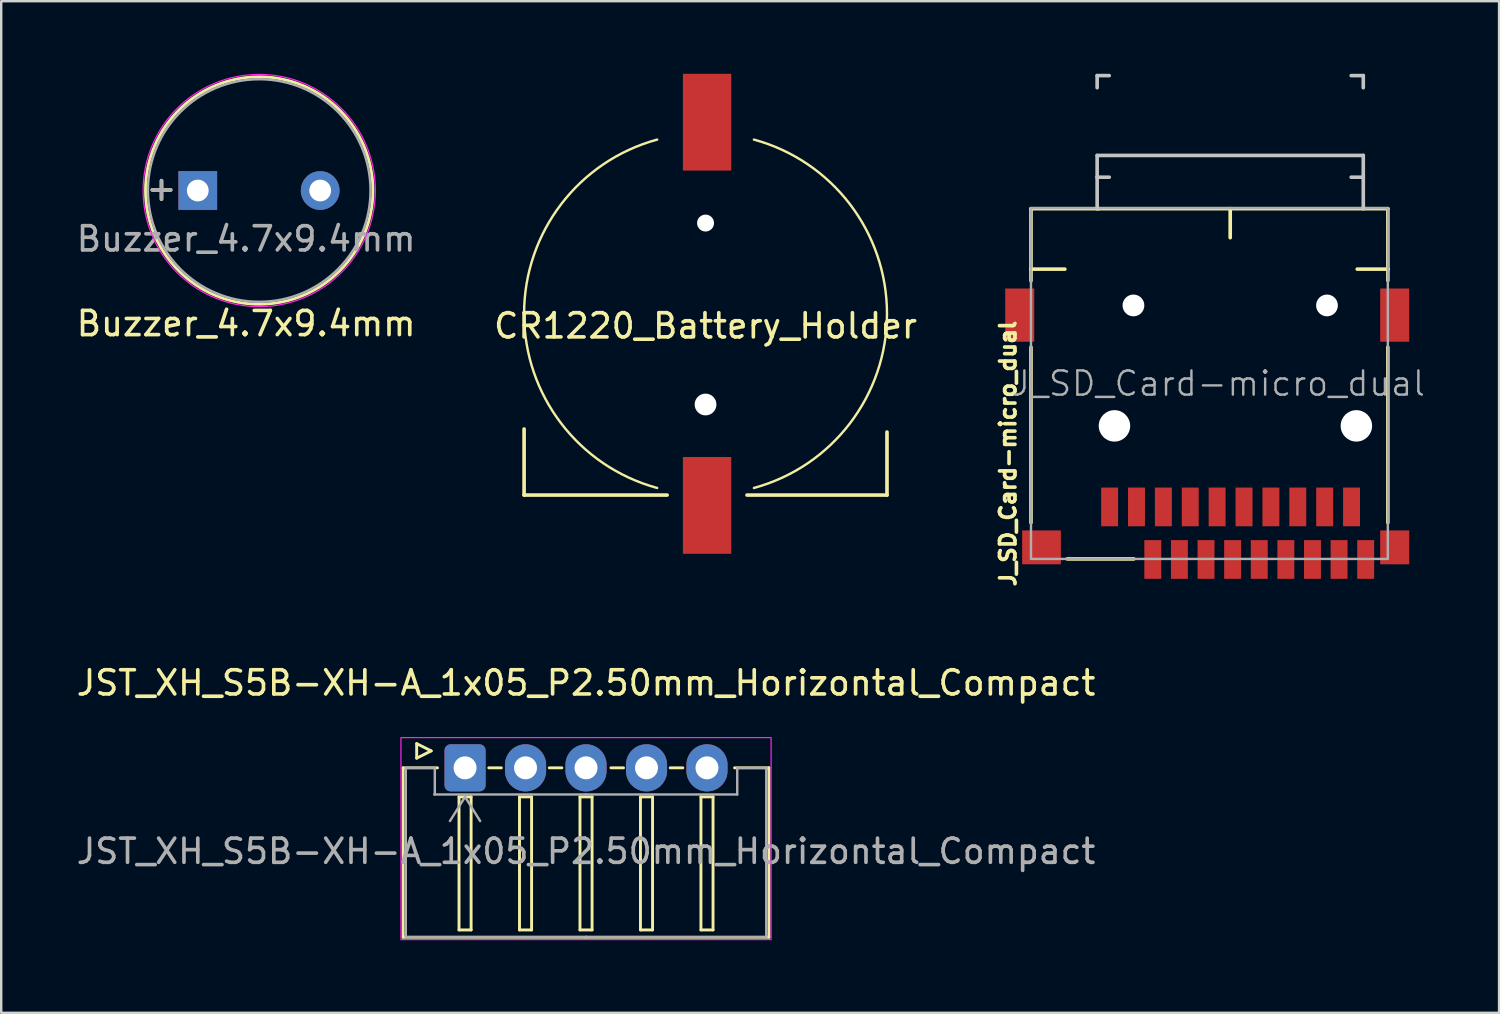
<source format=kicad_pcb>
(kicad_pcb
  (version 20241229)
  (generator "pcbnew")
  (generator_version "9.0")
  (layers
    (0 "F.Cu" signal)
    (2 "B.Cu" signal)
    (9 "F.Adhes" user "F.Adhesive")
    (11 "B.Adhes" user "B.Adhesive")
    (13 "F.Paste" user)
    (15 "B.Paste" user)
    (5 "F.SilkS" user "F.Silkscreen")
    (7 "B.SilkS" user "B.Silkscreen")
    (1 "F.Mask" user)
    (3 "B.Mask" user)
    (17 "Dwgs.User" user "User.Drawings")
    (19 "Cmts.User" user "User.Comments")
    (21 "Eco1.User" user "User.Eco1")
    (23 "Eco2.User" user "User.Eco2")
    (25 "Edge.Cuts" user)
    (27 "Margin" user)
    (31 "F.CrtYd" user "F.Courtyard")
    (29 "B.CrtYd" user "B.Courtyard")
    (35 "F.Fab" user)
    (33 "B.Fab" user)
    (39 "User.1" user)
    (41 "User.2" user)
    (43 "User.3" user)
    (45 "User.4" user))
  (footprint "CR1220_Battery_Holder"
    (layer "F.Cu")
    (at 26.113 9.92)
    (property "Reference" "CR1220_Battery_Holder" (at 0 0.5 0) (layer "F.SilkS") (effects (font (size 1 1) (thickness 0.15))))
    (attr through_hole)
    (fp_line (start -7.5 7.493) (end -7.5 4.763) (stroke (width 0.15) (type solid)) (layer "F.SilkS"))
    (fp_line (start -1.587 7.493) (end -7.5 7.493) (stroke (width 0.15) (type solid)) (layer "F.SilkS"))
    (fp_line (start 1.714 7.493) (end 7.5 7.493) (stroke (width 0.15) (type solid)) (layer "F.SilkS"))
    (fp_line (start 7.5 7.493) (end 7.5 4.889) (stroke (width 0.15) (type solid)) (layer "F.SilkS"))
    (fp_arc (start -2 7.2) (mid -7.5 0) (end -2 -7.2) (stroke (width 0.1) (type solid)) (layer "F.SilkS"))
    (fp_arc (start 2 -7.2) (mid 7.5 0) (end 2 7.2) (stroke (width 0.1) (type solid)) (layer "F.SilkS"))
    (pad "" np_thru_hole circle (at 0 -3.75) (size 0.7 0.7) (drill 0.7) (layers "*.Cu" "*.Mask"))
    (pad "" np_thru_hole circle (at 0 3.75) (size 0.9 0.9) (drill 0.9) (layers "*.Cu" "*.Mask"))
    (pad "1" smd rect (at 0.064 7.92) (size 2 4) (layers "F.Cu" "F.Mask" "F.Paste"))
    (pad "2" smd rect (at 0.064 -7.92) (size 2 4) (layers "F.Cu" "F.Mask" "F.Paste")))
  (footprint "J_SD_Card-micro_dual"
    (layer "F.Cu")
    (at 47.815 13.053)
    (property "Reference" "J_SD_Card-micro_dual" (at -9.201 2.645 270) (layer "F.SilkS") (effects (font (size 0.64 0.64) (thickness 0.15))))
    (attr smd)
    (fp_line (start -8.25 -7.478) (end -8.25 -4.978) (stroke (width 0.15) (type solid)) (layer "F.SilkS"))
    (fp_line (start -8.25 -4.978) (end -8.25 -4.5) (stroke (width 0.15) (type default)) (layer "F.SilkS"))
    (fp_line (start -8.25 -1.75) (end -8.25 5.5) (stroke (width 0.15) (type default)) (layer "F.SilkS"))
    (fp_line (start -6.85 -4.978) (end -8.25 -4.978) (stroke (width 0.15) (type solid)) (layer "F.SilkS"))
    (fp_line (start -6.75 7) (end -4 7) (stroke (width 0.15) (type default)) (layer "F.SilkS"))
    (fp_line (start -5.45 -7.478) (end -8.25 -7.478) (stroke (width 0.15) (type solid)) (layer "F.SilkS"))
    (fp_line (start -0.015 -7.478) (end -5.515 -7.478) (stroke (width 0.15) (type solid)) (layer "F.SilkS"))
    (fp_line (start -0.015 -6.278) (end -0.015 -7.478) (stroke (width 0.15) (type solid)) (layer "F.SilkS"))
    (fp_line (start 5.235 -4.978) (end 6.5 -4.978) (stroke (width 0.15) (type solid)) (layer "F.SilkS"))
    (fp_line (start 5.485 -7.478) (end -0.015 -7.478) (stroke (width 0.15) (type solid)) (layer "F.SilkS"))
    (fp_line (start 6.5 -7.478) (end 5.485 -7.478) (stroke (width 0.15) (type solid)) (layer "F.SilkS"))
    (fp_line (start 6.5 -7.478) (end 6.5 -4.978) (stroke (width 0.15) (type solid)) (layer "F.SilkS"))
    (fp_line (start 6.5 -4.989) (end 6.5 -4.511) (stroke (width 0.15) (type default)) (layer "F.SilkS"))
    (fp_line (start 6.5 -1.75) (end 6.5 5.5) (stroke (width 0.15) (type default)) (layer "F.SilkS"))
    (fp_line (start -5.515 -12.978) (end -5.515 -12.478) (stroke (width 0.15) (type solid)) (layer "Dwgs.User"))
    (fp_line (start -5.515 -9.678) (end -5.515 -8.778) (stroke (width 0.15) (type solid)) (layer "Dwgs.User"))
    (fp_line (start -5.515 -8.778) (end -5.515 -7.478) (stroke (width 0.15) (type solid)) (layer "Dwgs.User"))
    (fp_line (start -5.015 -12.978) (end -5.515 -12.978) (stroke (width 0.15) (type solid)) (layer "Dwgs.User"))
    (fp_line (start -5.015 -8.778) (end -5.515 -8.778) (stroke (width 0.15) (type solid)) (layer "Dwgs.User"))
    (fp_line (start 4.985 -12.978) (end 5.485 -12.978) (stroke (width 0.15) (type solid)) (layer "Dwgs.User"))
    (fp_line (start 4.985 -8.778) (end 5.485 -8.778) (stroke (width 0.15) (type solid)) (layer "Dwgs.User"))
    (fp_line (start 5.485 -12.978) (end 5.485 -12.478) (stroke (width 0.15) (type solid)) (layer "Dwgs.User"))
    (fp_line (start 5.485 -9.678) (end -5.515 -9.678) (stroke (width 0.15) (type solid)) (layer "Dwgs.User"))
    (fp_line (start 5.485 -9.678) (end 5.485 -8.778) (stroke (width 0.15) (type solid)) (layer "Dwgs.User"))
    (fp_line (start 5.485 -8.778) (end 5.485 -7.478) (stroke (width 0.15) (type solid)) (layer "Dwgs.User"))
    (fp_rect (start -8.25 -7.5) (end 6.5 7) (stroke (width 0.1) (type solid)) (fill no) (layer "F.Fab"))
    (fp_text user "${REFERENCE}" (at -0.5 -0.25 0) (layer "F.Fab") (effects (font (size 1 1) (thickness 0.1))))
    (pad "" np_thru_hole circle (at -4.8 1.5) (size 1.3 1.3) (drill 1.3) (layers "*.Cu" "*.Mask"))
    (pad "" np_thru_hole circle (at -4.015 -3.478) (size 0.9 0.9) (drill 0.9) (layers "*.Cu" "*.Mask"))
    (pad "" np_thru_hole circle (at 3.985 -3.478) (size 0.9 0.9) (drill 0.9) (layers "*.Cu" "*.Mask"))
    (pad "" np_thru_hole circle (at 5.2 1.5) (size 1.3 1.3) (drill 1.3) (layers "*.Cu" "*.Mask"))
    (pad "1" smd rect (at -3.215 7.022) (size 0.7 1.6) (layers "F.Cu" "F.Mask" "F.Paste"))
    (pad "1" smd rect (at -2.778 4.85) (size 0.7 1.6) (layers "F.Cu" "F.Mask" "F.Paste"))
    (pad "2" smd rect (at -2.115 7.022) (size 0.7 1.6) (layers "F.Cu" "F.Mask" "F.Paste"))
    (pad "2" smd rect (at -1.667 4.85) (size 0.7 1.6) (layers "F.Cu" "F.Mask" "F.Paste"))
    (pad "3" smd rect (at -1.015 7.022) (size 0.7 1.6) (layers "F.Cu" "F.Mask" "F.Paste"))
    (pad "3" smd rect (at -0.556 4.85) (size 0.7 1.6) (layers "F.Cu" "F.Mask" "F.Paste"))
    (pad "4" smd rect (at 0.085 7.022) (size 0.7 1.6) (layers "F.Cu" "F.Mask" "F.Paste"))
    (pad "4" smd rect (at 0.556 4.85) (size 0.7 1.6) (layers "F.Cu" "F.Mask" "F.Paste"))
    (pad "5" smd rect (at 1.185 7.022) (size 0.7 1.6) (layers "F.Cu" "F.Mask" "F.Paste"))
    (pad "5" smd rect (at 1.667 4.85) (size 0.7 1.6) (layers "F.Cu" "F.Mask" "F.Paste"))
    (pad "6" smd rect (at 2.285 7.022) (size 0.7 1.6) (layers "F.Cu" "F.Mask" "F.Paste"))
    (pad "6" smd rect (at 2.778 4.85) (size 0.7 1.6) (layers "F.Cu" "F.Mask" "F.Paste"))
    (pad "7" smd rect (at 3.385 7.022) (size 0.7 1.6) (layers "F.Cu" "F.Mask" "F.Paste"))
    (pad "7" smd rect (at 3.889 4.85) (size 0.7 1.6) (layers "F.Cu" "F.Mask" "F.Paste"))
    (pad "8" smd rect (at 4.485 7.022) (size 0.7 1.6) (layers "F.Cu" "F.Mask" "F.Paste"))
    (pad "8" smd rect (at 5 4.85) (size 0.7 1.6) (layers "F.Cu" "F.Mask" "F.Paste"))
    (pad "9" smd rect (at -3.889 4.85) (size 0.7 1.6) (layers "F.Cu" "F.Mask" "F.Paste"))
    (pad "9" smd rect (at 5.585 7.022) (size 0.7 1.6) (layers "F.Cu" "F.Mask" "F.Paste"))
    (pad "10" smd rect (at -8.715 -3.078) (size 1.2 2.2) (layers "F.Cu" "F.Mask" "F.Paste"))
    (pad "10" smd rect (at -7.815 6.522) (size 1.6 1.4) (layers "F.Cu" "F.Mask" "F.Paste"))
    (pad "10" smd rect (at -5 4.85) (size 0.7 1.6) (layers "F.Cu" "F.Mask" "F.Paste"))
    (pad "10" smd rect (at 6.785 -3.078) (size 1.2 2.2) (layers "F.Cu" "F.Mask" "F.Paste"))
    (pad "10" smd rect (at 6.785 6.522) (size 1.2 1.4) (layers "F.Cu" "F.Mask" "F.Paste")))
  (footprint "Buzzer_4.7x9.4mm"
    (layer "F.Cu")
    (at 5.125 4.825)
    (property "Reference" "Buzzer_4.7x9.4mm" (at 2 5.5 0) (layer "F.SilkS") (effects (font (size 1 1) (thickness 0.15))))
    (attr through_hole)
    (fp_circle (center 2.54 0) (end 7.24 0) (stroke (width 0.12) (type solid)) (fill no) (layer "F.SilkS"))
    (fp_circle (center 2.54 0) (end 7.34 0) (stroke (width 0.05) (type solid)) (fill no) (layer "F.CrtYd"))
    (fp_circle (center 2.54 0) (end 7.14 0) (stroke (width 0.1) (type solid)) (fill no) (layer "F.Fab"))
    (fp_text user "+" (at -1.5 -0.1 0) (layer "F.SilkS") (effects (font (size 1 1) (thickness 0.15))))
    (fp_text user "+" (at -1.5 -0.1 0) (layer "F.Fab") (effects (font (size 1 1) (thickness 0.15))))
    (fp_text user "${REFERENCE}" (at 2 2 0) (layer "F.Fab") (effects (font (size 1 1) (thickness 0.15))))
    (pad "1" thru_hole rect (at 0 0) (size 1.6 1.6) (drill 0.9) (layers "*.Cu" "*.Mask"))
    (pad "2" thru_hole circle (at 5.06 0) (size 1.6 1.6) (drill 0.9) (layers "*.Cu" "*.Mask")))
  (footprint "JST_XH_S5B-XH-A_1x05_P2.50mm_Horizontal_Compact"
    (layer "F.Cu")
    (at 16.173 28.688)
    (property "Reference" "JST_XH_S5B-XH-A_1x05_P2.50mm_Horizontal_Compact" (at 5 -3.51 0) (layer "F.SilkS") (effects (font (size 1 1) (thickness 0.15))))
    (attr through_hole)
    (fp_line (start -2.56 0) (end -1.14 0) (stroke (width 0.12) (type solid)) (layer "F.SilkS"))
    (fp_line (start -2.56 7) (end -2.56 0) (stroke (width 0.12) (type solid)) (layer "F.SilkS"))
    (fp_line (start -2 -1) (end -1.4 -0.7) (stroke (width 0.12) (type solid)) (layer "F.SilkS"))
    (fp_line (start -2 -0.4) (end -2 -1) (stroke (width 0.12) (type solid)) (layer "F.SilkS"))
    (fp_line (start -1.4 -0.7) (end -2 -0.4) (stroke (width 0.12) (type solid)) (layer "F.SilkS"))
    (fp_line (start -0.25 1.2) (end -0.25 6.7) (stroke (width 0.12) (type solid)) (layer "F.SilkS"))
    (fp_line (start -0.25 6.7) (end 0.25 6.7) (stroke (width 0.12) (type solid)) (layer "F.SilkS"))
    (fp_line (start 0.25 1.2) (end -0.25 1.2) (stroke (width 0.12) (type solid)) (layer "F.SilkS"))
    (fp_line (start 0.25 6.7) (end 0.25 1.2) (stroke (width 0.12) (type solid)) (layer "F.SilkS"))
    (fp_line (start 0.98 0) (end 1.5 0) (stroke (width 0.12) (type solid)) (layer "F.SilkS"))
    (fp_line (start 2.25 1.2) (end 2.25 6.7) (stroke (width 0.12) (type solid)) (layer "F.SilkS"))
    (fp_line (start 2.25 6.7) (end 2.75 6.7) (stroke (width 0.12) (type solid)) (layer "F.SilkS"))
    (fp_line (start 2.75 1.2) (end 2.25 1.2) (stroke (width 0.12) (type solid)) (layer "F.SilkS"))
    (fp_line (start 2.75 6.7) (end 2.75 1.2) (stroke (width 0.12) (type solid)) (layer "F.SilkS"))
    (fp_line (start 3.48 0) (end 4 0) (stroke (width 0.12) (type solid)) (layer "F.SilkS"))
    (fp_line (start 4.75 1.2) (end 4.75 6.7) (stroke (width 0.12) (type solid)) (layer "F.SilkS"))
    (fp_line (start 4.75 6.7) (end 5.25 6.7) (stroke (width 0.12) (type solid)) (layer "F.SilkS"))
    (fp_line (start 5 7) (end -2.56 7) (stroke (width 0.12) (type solid)) (layer "F.SilkS"))
    (fp_line (start 5 7) (end 12.56 7) (stroke (width 0.12) (type solid)) (layer "F.SilkS"))
    (fp_line (start 5.25 1.2) (end 4.75 1.2) (stroke (width 0.12) (type solid)) (layer "F.SilkS"))
    (fp_line (start 5.25 6.7) (end 5.25 1.2) (stroke (width 0.12) (type solid)) (layer "F.SilkS"))
    (fp_line (start 6.03 0) (end 6.55 0) (stroke (width 0.12) (type solid)) (layer "F.SilkS"))
    (fp_line (start 7.25 1.2) (end 7.25 6.7) (stroke (width 0.12) (type solid)) (layer "F.SilkS"))
    (fp_line (start 7.25 6.7) (end 7.75 6.7) (stroke (width 0.12) (type solid)) (layer "F.SilkS"))
    (fp_line (start 7.75 1.2) (end 7.25 1.2) (stroke (width 0.12) (type solid)) (layer "F.SilkS"))
    (fp_line (start 7.75 6.7) (end 7.75 1.2) (stroke (width 0.12) (type solid)) (layer "F.SilkS"))
    (fp_line (start 8.48 0) (end 9 0) (stroke (width 0.12) (type solid)) (layer "F.SilkS"))
    (fp_line (start 9.75 1.2) (end 9.75 6.7) (stroke (width 0.12) (type solid)) (layer "F.SilkS"))
    (fp_line (start 9.75 6.7) (end 10.25 6.7) (stroke (width 0.12) (type solid)) (layer "F.SilkS"))
    (fp_line (start 10.25 1.2) (end 9.75 1.2) (stroke (width 0.12) (type solid)) (layer "F.SilkS"))
    (fp_line (start 10.25 6.7) (end 10.25 1.2) (stroke (width 0.12) (type solid)) (layer "F.SilkS"))
    (fp_line (start 12.56 0) (end 11.14 0) (stroke (width 0.12) (type solid)) (layer "F.SilkS"))
    (fp_line (start 12.56 7) (end 12.56 0) (stroke (width 0.12) (type solid)) (layer "F.SilkS"))
    (fp_rect (start -2.65 -1.25) (end 12.65 7.1) (stroke (width 0.05) (type default)) (fill no) (layer "F.CrtYd"))
    (fp_line (start -2.45 0) (end -1.25 0) (stroke (width 0.1) (type solid)) (layer "F.Fab"))
    (fp_line (start -2.45 7) (end -2.45 0) (stroke (width 0.1) (type solid)) (layer "F.Fab"))
    (fp_line (start -1.275 1.1) (end 4.975 1.1) (stroke (width 0.1) (type solid)) (layer "F.Fab"))
    (fp_line (start -1.25 0) (end -1.25 1.1) (stroke (width 0.1) (type solid)) (layer "F.Fab"))
    (fp_line (start -0.625 2.2) (end 0 1.2) (stroke (width 0.1) (type solid)) (layer "F.Fab"))
    (fp_line (start 0 1.2) (end 0.625 2.2) (stroke (width 0.1) (type solid)) (layer "F.Fab"))
    (fp_line (start 5 7) (end -2.45 7) (stroke (width 0.1) (type solid)) (layer "F.Fab"))
    (fp_line (start 5 7) (end 12.45 7) (stroke (width 0.1) (type solid)) (layer "F.Fab"))
    (fp_line (start 11.25 0) (end 11.25 1.1) (stroke (width 0.1) (type solid)) (layer "F.Fab"))
    (fp_line (start 11.25 1.1) (end 5 1.1) (stroke (width 0.1) (type solid)) (layer "F.Fab"))
    (fp_line (start 12.45 0) (end 11.25 0) (stroke (width 0.1) (type solid)) (layer "F.Fab"))
    (fp_line (start 12.45 7) (end 12.45 0) (stroke (width 0.1) (type solid)) (layer "F.Fab"))
    (fp_text user "${REFERENCE}" (at 5 3.45 0) (layer "F.Fab") (effects (font (size 1 1) (thickness 0.15))))
    (pad "1" thru_hole roundrect (at 0 0) (size 1.7 1.95) (drill 0.95) (layers "*.Cu" "*.Mask") (roundrect_rratio 0.147))
    (pad "2" thru_hole oval (at 2.5 0) (size 1.7 1.95) (drill 0.95) (layers "*.Cu" "*.Mask"))
    (pad "3" thru_hole oval (at 5 0) (size 1.7 1.95) (drill 0.95) (layers "*.Cu" "*.Mask"))
    (pad "4" thru_hole oval (at 7.5 0) (size 1.7 1.95) (drill 0.95) (layers "*.Cu" "*.Mask"))
    (pad "5" thru_hole oval (at 10 0) (size 1.7 1.95) (drill 0.95) (layers "*.Cu" "*.Mask")))
  (gr_rect
    (start -3 -3)
    (end 58.913 38.813)
    (stroke (width 0.1) (type default))
    (fill no)
    (layer "Edge.Cuts")))
</source>
